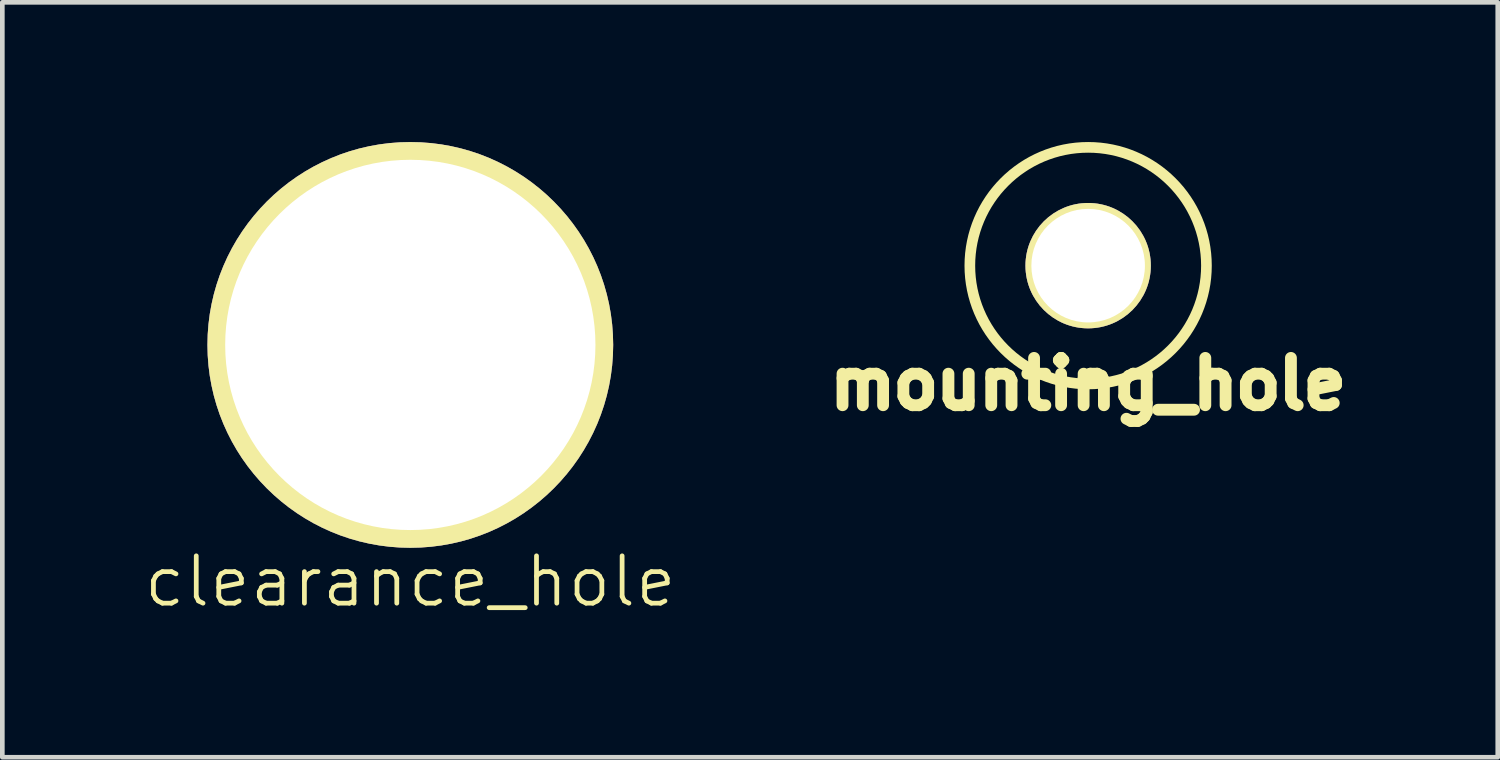
<source format=kicad_pcb>
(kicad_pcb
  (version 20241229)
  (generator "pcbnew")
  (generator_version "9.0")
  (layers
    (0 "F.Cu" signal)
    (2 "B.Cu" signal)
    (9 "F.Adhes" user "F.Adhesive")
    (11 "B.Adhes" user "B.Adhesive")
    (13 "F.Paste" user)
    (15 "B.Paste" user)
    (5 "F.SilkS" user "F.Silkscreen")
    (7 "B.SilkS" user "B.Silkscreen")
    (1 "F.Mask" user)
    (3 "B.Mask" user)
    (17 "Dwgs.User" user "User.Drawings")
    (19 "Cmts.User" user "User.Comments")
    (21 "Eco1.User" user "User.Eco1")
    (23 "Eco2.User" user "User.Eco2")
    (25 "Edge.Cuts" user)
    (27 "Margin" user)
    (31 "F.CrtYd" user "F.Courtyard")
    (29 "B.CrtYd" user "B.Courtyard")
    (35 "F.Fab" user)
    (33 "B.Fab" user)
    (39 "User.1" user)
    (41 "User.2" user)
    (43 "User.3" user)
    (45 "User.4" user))
  (footprint "mounting_hole"
    (layer "F.Cu")
    (at 20.314 2.654)
    (property "Reference" "mounting_hole" (at 0 2.54 0) (layer "F.SilkS") (effects (font (size 1.016 1.016) (thickness 0.254))))
    (attr through_hole)
    (fp_circle (center 0 0) (end 2.54 0) (stroke (width 0.229) (type solid)) (fill no) (layer "F.SilkS"))
    (pad "" thru_hole circle (at 0 0) (size 2.692 2.692) (drill 2.438) (layers "*.Cu" "*.Mask" "F.SilkS")))
  (footprint "clearance_hole"
    (layer "F.Cu")
    (at 5.76 4.356)
    (property "Reference" "clearance_hole" (at 0 5.08 0) (layer "F.SilkS") (effects (font (size 1.016 1.016) (thickness 0.102))))
    (attr through_hole)
    (pad "" thru_hole circle (at 0 0) (size 8.712 8.712) (drill 7.95) (layers "*.Cu" "*.Mask" "F.SilkS")))
  (gr_rect
    (start -3 -3)
    (end 29.109 13.209)
    (stroke (width 0.1) (type default))
    (fill no)
    (layer "Edge.Cuts")))
</source>
